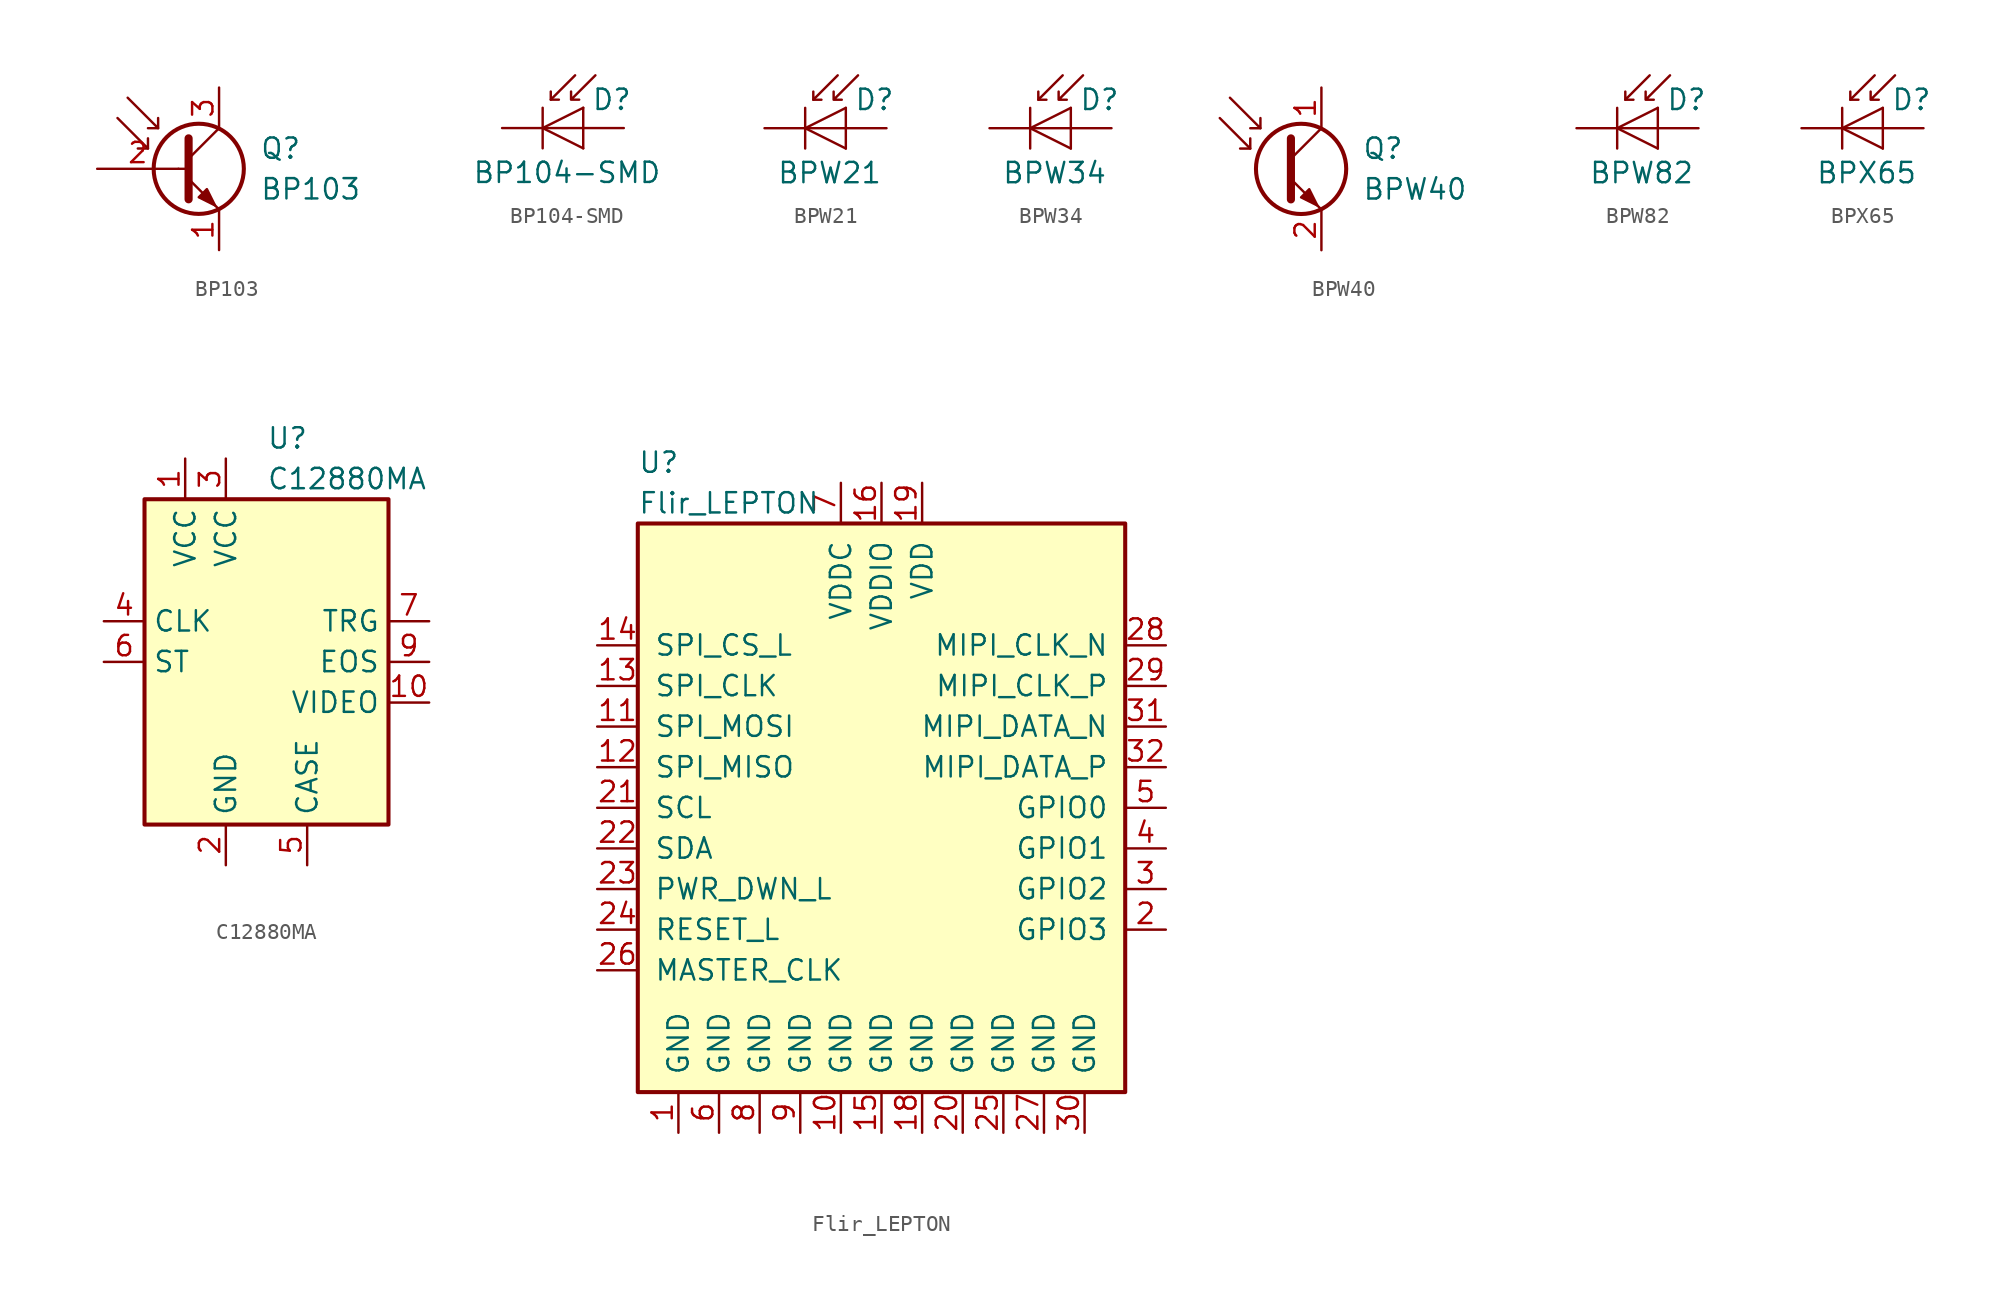
<source format=kicad_sym>
(kicad_symbol_lib
  (version 20241209)
  (generator "kicad_symbol_editor")
  (generator_version "9.0")
  (symbol "BP103"
    (pin_names
      (offset 0)
      (hide yes))
    (property "Reference" "Q"
      (at 5.08 1.27 0)
      (effects (font (size 1.27 1.27)) (justify left)))
    (property "Value" "BP103"
      (at 5.08 -1.27 0)
      (effects (font (size 1.27 1.27)) (justify left)))
    (symbol "BP103_0_0"
      (polyline (pts (xy 0 0) (xy 0.635 0)) (stroke (width 0) (type default)) (fill (type none))))
    (symbol "BP103_0_1"
      (polyline (pts (xy -3.81 3.175) (xy -1.905 1.27) (xy -1.905 1.905)) (stroke (width 0) (type default)) (fill (type none)))
      (polyline (pts (xy -3.175 4.445) (xy -1.27 2.54) (xy -1.27 3.175)) (stroke (width 0) (type default)) (fill (type none)))
      (polyline (pts (xy -1.905 1.27) (xy -2.54 1.27)) (stroke (width 0) (type default)) (fill (type none)))
      (polyline (pts (xy -1.27 2.54) (xy -1.905 2.54)) (stroke (width 0) (type default)) (fill (type none)))
      (polyline (pts (xy 0.635 1.905) (xy 0.635 -1.905) (xy 0.635 -1.905)) (stroke (width 0.508) (type default)) (fill (type none)))
      (polyline (pts (xy 0.635 0.635) (xy 2.54 2.54)) (stroke (width 0) (type default)) (fill (type none)))
      (polyline (pts (xy 0.635 -0.635) (xy 2.54 -2.54) (xy 2.54 -2.54)) (stroke (width 0) (type default)) (fill (type none)))
      (circle (center 1.27 0) (radius 2.819) (stroke (width 0.254) (type default)) (fill (type none)))
      (polyline (pts (xy 1.27 -1.778) (xy 1.778 -1.27) (xy 2.286 -2.286) (xy 1.27 -1.778) (xy 1.27 -1.778)) (stroke (width 0) (type default)) (fill (type outline))))
    (symbol "BP103_1_1"
      (pin input line (at -5.08 0 0) (length 5.08) (name "B" (effects (font (size 1.27 1.27)))) (number "2" (effects (font (size 1.27 1.27)))))
      (pin passive line (at 2.54 5.08 270) (length 2.54) (name "C" (effects (font (size 1.27 1.27)))) (number "3" (effects (font (size 1.27 1.27)))))
      (pin passive line (at 2.54 -5.08 90) (length 2.54) (name "E" (effects (font (size 1.27 1.27)))) (number "1" (effects (font (size 1.27 1.27)))))))
  (symbol "BP104-SMD"
    (pin_numbers
      (hide yes))
    (pin_names
      (offset 1.016)
      (hide yes))
    (property "Reference" "D"
      (at 0.508 1.778 0)
      (effects (font (size 1.27 1.27)) (justify left)))
    (property "Value" "BP104-SMD"
      (at -1.016 -2.794 0)
      (effects (font (size 1.27 1.27))))
    (symbol "BP104-SMD_0_1"
      (polyline (pts (xy -2.54 1.27) (xy -2.54 -1.27)) (stroke (width 0.152) (type default)) (fill (type none)))
      (polyline (pts (xy -2.032 1.778) (xy -1.524 1.778)) (stroke (width 0) (type default)) (fill (type none)))
      (polyline (pts (xy -0.508 3.302) (xy -2.032 1.778) (xy -2.032 2.286)) (stroke (width 0) (type default)) (fill (type none)))
      (polyline (pts (xy 0 1.27) (xy -2.54 0) (xy 0 -1.27)) (stroke (width 0) (type default)) (fill (type none)))
      (polyline (pts (xy 0 0) (xy -2.54 0)) (stroke (width 0) (type default)) (fill (type none)))
      (polyline (pts (xy 0 -1.27) (xy 0 1.27)) (stroke (width 0) (type default)) (fill (type none)))
      (polyline (pts (xy 0.762 3.302) (xy -0.762 1.778) (xy -0.762 2.286) (xy -0.762 1.778) (xy -0.254 1.778)) (stroke (width 0) (type default)) (fill (type none))))
    (symbol "BP104-SMD_1_1"
      (pin passive line (at -5.08 0 0) (length 2.54) (name "K" (effects (font (size 1.27 1.27)))) (number "1" (effects (font (size 1.27 1.27)))))
      (pin passive line (at 2.54 0 180) (length 2.54) (name "A" (effects (font (size 1.27 1.27)))) (number "2" (effects (font (size 1.27 1.27)))))))
  (symbol "BPW21"
    (pin_numbers
      (hide yes))
    (pin_names
      (hide yes))
    (property "Reference" "D"
      (at 0.508 1.778 0)
      (effects (font (size 1.27 1.27)) (justify left)))
    (property "Value" "BPW21"
      (at -1.016 -2.794 0)
      (effects (font (size 1.27 1.27))))
    (symbol "BPW21_0_1"
      (polyline (pts (xy -2.54 1.27) (xy -2.54 -1.27)) (stroke (width 0.152) (type default)) (fill (type none)))
      (polyline (pts (xy -2.032 1.778) (xy -1.524 1.778)) (stroke (width 0) (type default)) (fill (type none)))
      (polyline (pts (xy -0.508 3.302) (xy -2.032 1.778) (xy -2.032 2.286)) (stroke (width 0) (type default)) (fill (type none)))
      (polyline (pts (xy 0 1.27) (xy 0 -1.27)) (stroke (width 0) (type default)) (fill (type none)))
      (polyline (pts (xy 0 1.27) (xy -2.54 0) (xy 0 -1.27)) (stroke (width 0) (type default)) (fill (type none)))
      (polyline (pts (xy 0 0) (xy -2.54 0)) (stroke (width 0) (type default)) (fill (type none)))
      (polyline (pts (xy 0.762 3.302) (xy -0.762 1.778) (xy -0.762 2.286) (xy -0.762 1.778) (xy -0.254 1.778)) (stroke (width 0) (type default)) (fill (type none))))
    (symbol "BPW21_1_1"
      (pin passive line (at -5.08 0 0) (length 2.54) (name "K" (effects (font (size 1.27 1.27)))) (number "2" (effects (font (size 1.27 1.27)))))
      (pin passive line (at 2.54 0 180) (length 2.54) (name "A" (effects (font (size 1.27 1.27)))) (number "1" (effects (font (size 1.27 1.27)))))))
  (symbol "BPW34"
    (pin_numbers
      (hide yes))
    (pin_names
      (offset 1.016)
      (hide yes))
    (property "Reference" "D"
      (at 0.508 1.778 0)
      (effects (font (size 1.27 1.27)) (justify left)))
    (property "Value" "BPW34"
      (at -1.016 -2.794 0)
      (effects (font (size 1.27 1.27))))
    (symbol "BPW34_0_1"
      (polyline (pts (xy -2.54 1.27) (xy -2.54 -1.27)) (stroke (width 0.152) (type default)) (fill (type none)))
      (polyline (pts (xy -2.032 1.778) (xy -1.524 1.778)) (stroke (width 0) (type default)) (fill (type none)))
      (polyline (pts (xy -0.508 3.302) (xy -2.032 1.778) (xy -2.032 2.286)) (stroke (width 0) (type default)) (fill (type none)))
      (polyline (pts (xy 0 1.27) (xy -2.54 0) (xy 0 -1.27)) (stroke (width 0) (type default)) (fill (type none)))
      (polyline (pts (xy 0 0) (xy -2.54 0)) (stroke (width 0) (type default)) (fill (type none)))
      (polyline (pts (xy 0 -1.27) (xy 0 1.27)) (stroke (width 0) (type default)) (fill (type none)))
      (polyline (pts (xy 0.762 3.302) (xy -0.762 1.778) (xy -0.762 2.286) (xy -0.762 1.778) (xy -0.254 1.778)) (stroke (width 0) (type default)) (fill (type none))))
    (symbol "BPW34_1_1"
      (pin passive line (at -5.08 0 0) (length 2.54) (name "K" (effects (font (size 1.27 1.27)))) (number "1" (effects (font (size 1.27 1.27)))))
      (pin passive line (at 2.54 0 180) (length 2.54) (name "A" (effects (font (size 1.27 1.27)))) (number "2" (effects (font (size 1.27 1.27)))))))
  (symbol "BPW40"
    (pin_names
      (offset 0)
      (hide yes))
    (property "Reference" "Q"
      (at 5.08 1.27 0)
      (effects (font (size 1.27 1.27)) (justify left)))
    (property "Value" "BPW40"
      (at 5.08 -1.27 0)
      (effects (font (size 1.27 1.27)) (justify left)))
    (symbol "BPW40_0_1"
      (polyline (pts (xy -3.81 3.175) (xy -1.905 1.27) (xy -1.905 1.905)) (stroke (width 0) (type default)) (fill (type none)))
      (polyline (pts (xy -3.175 4.445) (xy -1.27 2.54) (xy -1.27 3.175)) (stroke (width 0) (type default)) (fill (type none)))
      (polyline (pts (xy -1.905 1.27) (xy -2.54 1.27)) (stroke (width 0) (type default)) (fill (type none)))
      (polyline (pts (xy -1.27 2.54) (xy -1.905 2.54)) (stroke (width 0) (type default)) (fill (type none)))
      (polyline (pts (xy 0.635 1.905) (xy 0.635 -1.905) (xy 0.635 -1.905)) (stroke (width 0.508) (type default)) (fill (type none)))
      (polyline (pts (xy 0.635 0.635) (xy 2.54 2.54)) (stroke (width 0) (type default)) (fill (type none)))
      (polyline (pts (xy 0.635 -0.635) (xy 2.54 -2.54) (xy 2.54 -2.54)) (stroke (width 0) (type default)) (fill (type none)))
      (circle (center 1.27 0) (radius 2.819) (stroke (width 0.254) (type default)) (fill (type none)))
      (polyline (pts (xy 1.27 -1.778) (xy 1.778 -1.27) (xy 2.286 -2.286) (xy 1.27 -1.778) (xy 1.27 -1.778)) (stroke (width 0) (type default)) (fill (type outline))))
    (symbol "BPW40_1_1"
      (pin passive line (at 2.54 5.08 270) (length 2.54) (name "C" (effects (font (size 1.27 1.27)))) (number "1" (effects (font (size 1.27 1.27)))))
      (pin passive line (at 2.54 -5.08 90) (length 2.54) (name "E" (effects (font (size 1.27 1.27)))) (number "2" (effects (font (size 1.27 1.27)))))))
  (symbol "BPW82"
    (pin_numbers
      (hide yes))
    (pin_names
      (hide yes))
    (property "Reference" "D"
      (at 0.508 1.778 0)
      (effects (font (size 1.27 1.27)) (justify left)))
    (property "Value" "BPW82"
      (at -1.016 -2.794 0)
      (effects (font (size 1.27 1.27))))
    (symbol "BPW82_0_1"
      (polyline (pts (xy -2.54 1.27) (xy -2.54 -1.27)) (stroke (width 0.152) (type default)) (fill (type none)))
      (polyline (pts (xy -2.032 1.778) (xy -1.524 1.778)) (stroke (width 0) (type default)) (fill (type none)))
      (polyline (pts (xy -0.508 3.302) (xy -2.032 1.778) (xy -2.032 2.286)) (stroke (width 0) (type default)) (fill (type none)))
      (polyline (pts (xy 0 1.27) (xy 0 -1.27)) (stroke (width 0) (type default)) (fill (type none)))
      (polyline (pts (xy 0 1.27) (xy -2.54 0) (xy 0 -1.27)) (stroke (width 0) (type default)) (fill (type none)))
      (polyline (pts (xy 0 0) (xy -2.54 0)) (stroke (width 0) (type default)) (fill (type none)))
      (polyline (pts (xy 0.762 3.302) (xy -0.762 1.778) (xy -0.762 2.286) (xy -0.762 1.778) (xy -0.254 1.778)) (stroke (width 0) (type default)) (fill (type none))))
    (symbol "BPW82_1_1"
      (pin passive line (at -5.08 0 0) (length 2.54) (name "K" (effects (font (size 1.27 1.27)))) (number "1" (effects (font (size 1.27 1.27)))))
      (pin passive line (at 2.54 0 180) (length 2.54) (name "A" (effects (font (size 1.27 1.27)))) (number "2" (effects (font (size 1.27 1.27)))))))
  (symbol "BPX65"
    (pin_numbers
      (hide yes))
    (pin_names
      (offset 1.016)
      (hide yes))
    (property "Reference" "D"
      (at 0.508 1.778 0)
      (effects (font (size 1.27 1.27)) (justify left)))
    (property "Value" "BPX65"
      (at -1.016 -2.794 0)
      (effects (font (size 1.27 1.27))))
    (symbol "BPX65_0_1"
      (polyline (pts (xy -2.54 1.27) (xy -2.54 -1.27)) (stroke (width 0.152) (type default)) (fill (type none)))
      (polyline (pts (xy -2.032 1.778) (xy -1.524 1.778)) (stroke (width 0) (type default)) (fill (type none)))
      (polyline (pts (xy -0.508 3.302) (xy -2.032 1.778) (xy -2.032 2.286)) (stroke (width 0) (type default)) (fill (type none)))
      (polyline (pts (xy 0 1.27) (xy -2.54 0) (xy 0 -1.27)) (stroke (width 0) (type default)) (fill (type none)))
      (polyline (pts (xy 0 0) (xy -2.54 0)) (stroke (width 0) (type default)) (fill (type none)))
      (polyline (pts (xy 0 -1.27) (xy 0 1.27)) (stroke (width 0) (type default)) (fill (type none)))
      (polyline (pts (xy 0.762 3.302) (xy -0.762 1.778) (xy -0.762 2.286) (xy -0.762 1.778) (xy -0.254 1.778)) (stroke (width 0) (type default)) (fill (type none))))
    (symbol "BPX65_1_1"
      (pin passive line (at -5.08 0 0) (length 2.54) (name "K" (effects (font (size 1.27 1.27)))) (number "1" (effects (font (size 1.27 1.27)))))
      (pin passive line (at 2.54 0 180) (length 2.54) (name "A" (effects (font (size 1.27 1.27)))) (number "2" (effects (font (size 1.27 1.27)))))))
  (symbol "C12880MA"
    (property "Reference" "U"
      (at 0 13.97 0)
      (effects (font (size 1.27 1.27)) (justify left)))
    (property "Value" "C12880MA"
      (at 0 11.43 0)
      (effects (font (size 1.27 1.27)) (justify left)))
    (symbol "C12880MA_0_1"
      (rectangle (start -7.62 10.16) (end 7.62 -10.16) (stroke (width 0.254) (type default)) (fill (type background))))
    (symbol "C12880MA_1_1"
      (pin input line (at -10.16 2.54 0) (length 2.54) (name "CLK" (effects (font (size 1.27 1.27)))) (number "4" (effects (font (size 1.27 1.27)))))
      (pin input line (at -10.16 0 0) (length 2.54) (name "ST" (effects (font (size 1.27 1.27)))) (number "6" (effects (font (size 1.27 1.27)))))
      (pin no_connect line (at -7.62 -2.54 0) (length 2.54) (hide yes) (name "NC" (effects (font (size 1.27 1.27)))) (number "8" (effects (font (size 1.27 1.27)))))
      (pin power_in line (at -5.08 12.7 270) (length 2.54) (name "VCC" (effects (font (size 1.27 1.27)))) (number "1" (effects (font (size 1.27 1.27)))))
      (pin power_in line (at -2.54 12.7 270) (length 2.54) (name "VCC" (effects (font (size 1.27 1.27)))) (number "3" (effects (font (size 1.27 1.27)))))
      (pin power_in line (at -2.54 -12.7 90) (length 2.54) (name "GND" (effects (font (size 1.27 1.27)))) (number "2" (effects (font (size 1.27 1.27)))))
      (pin passive line (at 2.54 -12.7 90) (length 2.54) (name "CASE" (effects (font (size 1.27 1.27)))) (number "5" (effects (font (size 1.27 1.27)))))
      (pin output line (at 10.16 2.54 180) (length 2.54) (name "TRG" (effects (font (size 1.27 1.27)))) (number "7" (effects (font (size 1.27 1.27)))))
      (pin output line (at 10.16 0 180) (length 2.54) (name "EOS" (effects (font (size 1.27 1.27)))) (number "9" (effects (font (size 1.27 1.27)))))
      (pin output line (at 10.16 -2.54 180) (length 2.54) (name "VIDEO" (effects (font (size 1.27 1.27)))) (number "10" (effects (font (size 1.27 1.27)))))))
  (symbol "Flir_LEPTON"
    (pin_names
      (offset 1.016))
    (property "Reference" "U"
      (at -15.24 21.59 0)
      (effects (font (size 1.27 1.27)) (justify left)))
    (property "Value" "Flir_LEPTON"
      (at -15.24 19.05 0)
      (effects (font (size 1.27 1.27)) (justify left)))
    (symbol "Flir_LEPTON_0_1"
      (rectangle (start -15.24 17.78) (end 15.24 -17.78) (stroke (width 0.254) (type default)) (fill (type background))))
    (symbol "Flir_LEPTON_1_1"
      (pin input line (at -17.78 10.16 0) (length 2.54) (name "SPI_CS_L" (effects (font (size 1.27 1.27)))) (number "14" (effects (font (size 1.27 1.27)))))
      (pin input line (at -17.78 7.62 0) (length 2.54) (name "SPI_CLK" (effects (font (size 1.27 1.27)))) (number "13" (effects (font (size 1.27 1.27)))))
      (pin input line (at -17.78 5.08 0) (length 2.54) (name "SPI_MOSI" (effects (font (size 1.27 1.27)))) (number "11" (effects (font (size 1.27 1.27)))))
      (pin output line (at -17.78 2.54 0) (length 2.54) (name "SPI_MISO" (effects (font (size 1.27 1.27)))) (number "12" (effects (font (size 1.27 1.27)))))
      (pin input line (at -17.78 0 0) (length 2.54) (name "SCL" (effects (font (size 1.27 1.27)))) (number "21" (effects (font (size 1.27 1.27)))))
      (pin bidirectional line (at -17.78 -2.54 0) (length 2.54) (name "SDA" (effects (font (size 1.27 1.27)))) (number "22" (effects (font (size 1.27 1.27)))))
      (pin input line (at -17.78 -5.08 0) (length 2.54) (name "PWR_DWN_L" (effects (font (size 1.27 1.27)))) (number "23" (effects (font (size 1.27 1.27)))))
      (pin input line (at -17.78 -7.62 0) (length 2.54) (name "RESET_L" (effects (font (size 1.27 1.27)))) (number "24" (effects (font (size 1.27 1.27)))))
      (pin input line (at -17.78 -10.16 0) (length 2.54) (name "MASTER_CLK" (effects (font (size 1.27 1.27)))) (number "26" (effects (font (size 1.27 1.27)))))
      (pin power_in line (at -12.7 -20.32 90) (length 2.54) (name "GND" (effects (font (size 1.27 1.27)))) (number "1" (effects (font (size 1.27 1.27)))))
      (pin power_in line (at -10.16 -20.32 90) (length 2.54) (name "GND" (effects (font (size 1.27 1.27)))) (number "6" (effects (font (size 1.27 1.27)))))
      (pin power_in line (at -7.62 -20.32 90) (length 2.54) (name "GND" (effects (font (size 1.27 1.27)))) (number "8" (effects (font (size 1.27 1.27)))))
      (pin power_in line (at -5.08 -20.32 90) (length 2.54) (name "GND" (effects (font (size 1.27 1.27)))) (number "9" (effects (font (size 1.27 1.27)))))
      (pin power_in line (at -2.54 20.32 270) (length 2.54) (name "VDDC" (effects (font (size 1.27 1.27)))) (number "7" (effects (font (size 1.27 1.27)))))
      (pin power_in line (at -2.54 -20.32 90) (length 2.54) (name "GND" (effects (font (size 1.27 1.27)))) (number "10" (effects (font (size 1.27 1.27)))))
      (pin power_in line (at 0 20.32 270) (length 2.54) (name "VDDIO" (effects (font (size 1.27 1.27)))) (number "16" (effects (font (size 1.27 1.27)))))
      (pin power_in line (at 0 -20.32 90) (length 2.54) (name "GND" (effects (font (size 1.27 1.27)))) (number "15" (effects (font (size 1.27 1.27)))))
      (pin power_in line (at 2.54 20.32 270) (length 2.54) (name "VDD" (effects (font (size 1.27 1.27)))) (number "19" (effects (font (size 1.27 1.27)))))
      (pin power_in line (at 2.54 -20.32 90) (length 2.54) (name "GND" (effects (font (size 1.27 1.27)))) (number "18" (effects (font (size 1.27 1.27)))))
      (pin power_in line (at 5.08 -20.32 90) (length 2.54) (name "GND" (effects (font (size 1.27 1.27)))) (number "20" (effects (font (size 1.27 1.27)))))
      (pin power_in line (at 7.62 -20.32 90) (length 2.54) (name "GND" (effects (font (size 1.27 1.27)))) (number "25" (effects (font (size 1.27 1.27)))))
      (pin power_in line (at 10.16 -20.32 90) (length 2.54) (name "GND" (effects (font (size 1.27 1.27)))) (number "27" (effects (font (size 1.27 1.27)))))
      (pin power_in line (at 12.7 -20.32 90) (length 2.54) (name "GND" (effects (font (size 1.27 1.27)))) (number "30" (effects (font (size 1.27 1.27)))))
      (pin no_connect line (at 15.24 -10.16 180) (length 2.54) (hide yes) (name "NC" (effects (font (size 1.27 1.27)))) (number "17" (effects (font (size 1.27 1.27)))))
      (pin output line (at 17.78 10.16 180) (length 2.54) (name "MIPI_CLK_N" (effects (font (size 1.27 1.27)))) (number "28" (effects (font (size 1.27 1.27)))))
      (pin output line (at 17.78 7.62 180) (length 2.54) (name "MIPI_CLK_P" (effects (font (size 1.27 1.27)))) (number "29" (effects (font (size 1.27 1.27)))))
      (pin output line (at 17.78 5.08 180) (length 2.54) (name "MIPI_DATA_N" (effects (font (size 1.27 1.27)))) (number "31" (effects (font (size 1.27 1.27)))))
      (pin output line (at 17.78 2.54 180) (length 2.54) (name "MIPI_DATA_P" (effects (font (size 1.27 1.27)))) (number "32" (effects (font (size 1.27 1.27)))))
      (pin bidirectional line (at 17.78 0 180) (length 2.54) (name "GPIO0" (effects (font (size 1.27 1.27)))) (number "5" (effects (font (size 1.27 1.27)))))
      (pin bidirectional line (at 17.78 -2.54 180) (length 2.54) (name "GPIO1" (effects (font (size 1.27 1.27)))) (number "4" (effects (font (size 1.27 1.27)))))
      (pin bidirectional line (at 17.78 -5.08 180) (length 2.54) (name "GPIO2" (effects (font (size 1.27 1.27)))) (number "3" (effects (font (size 1.27 1.27)))))
      (pin bidirectional line (at 17.78 -7.62 180) (length 2.54) (name "GPIO3" (effects (font (size 1.27 1.27)))) (number "2" (effects (font (size 1.27 1.27))))))))
</source>
